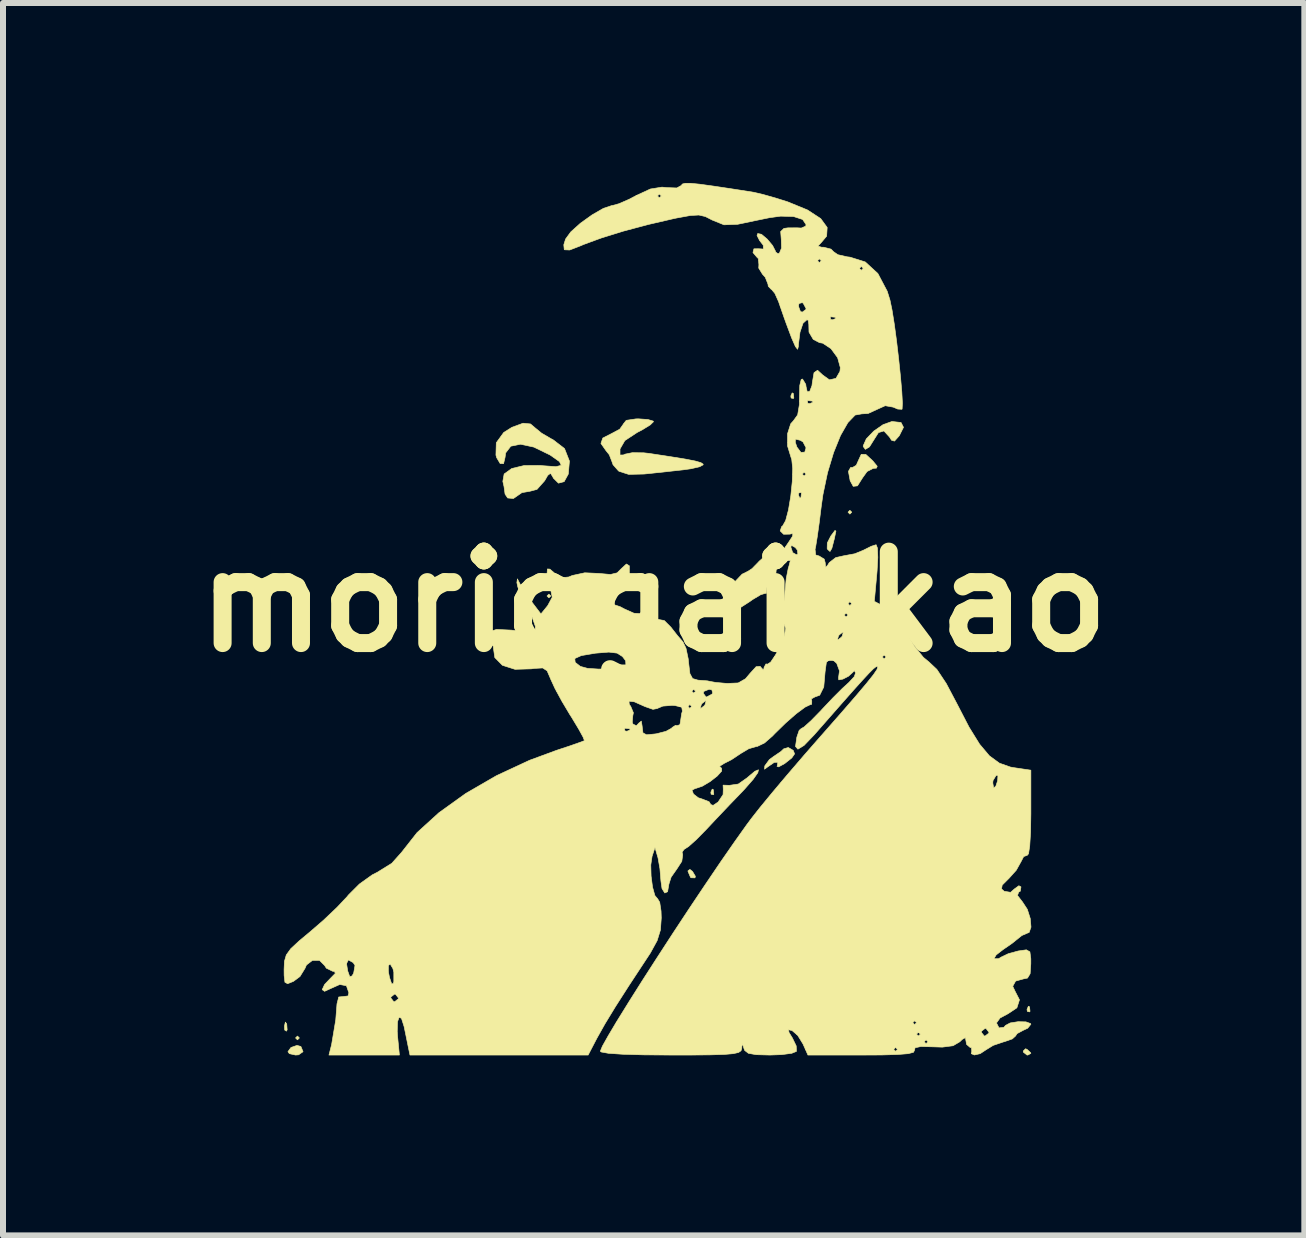
<source format=kicad_pcb>
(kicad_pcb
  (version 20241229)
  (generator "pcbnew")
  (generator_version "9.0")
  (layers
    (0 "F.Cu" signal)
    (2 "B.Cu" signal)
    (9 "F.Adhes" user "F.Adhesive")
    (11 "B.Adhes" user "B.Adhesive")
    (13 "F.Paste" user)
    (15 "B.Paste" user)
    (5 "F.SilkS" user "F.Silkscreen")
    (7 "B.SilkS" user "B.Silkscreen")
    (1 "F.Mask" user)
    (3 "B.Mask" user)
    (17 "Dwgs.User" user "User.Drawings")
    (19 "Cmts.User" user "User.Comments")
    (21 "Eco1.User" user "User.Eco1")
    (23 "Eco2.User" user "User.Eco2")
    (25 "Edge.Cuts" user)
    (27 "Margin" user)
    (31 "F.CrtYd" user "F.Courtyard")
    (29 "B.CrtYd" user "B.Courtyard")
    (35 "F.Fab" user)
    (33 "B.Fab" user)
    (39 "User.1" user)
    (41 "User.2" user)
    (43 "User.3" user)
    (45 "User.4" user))
  (footprint "moriogai_kao"
    (layer "F.Cu")
    (at 7.845 6.979)
    (property "Reference" "moriogai_kao" (at 0 0 0) (layer "F.SilkS") (effects (font (size 1.524 1.524) (thickness 0.3))))
    (attr through_hole)
    (fp_poly (pts (xy -5.905 7.271) (xy -5.937 7.303) (xy -5.969 7.271) (xy -5.937 7.239) (xy -5.905 7.271)) (stroke (width 0.01) (type solid)) (fill yes) (layer "F.SilkS"))
    (fp_poly (pts (xy -1.714 -0.095) (xy -1.746 -0.064) (xy -1.778 -0.095) (xy -1.746 -0.127) (xy -1.714 -0.095)) (stroke (width 0.01) (type solid)) (fill yes) (layer "F.SilkS"))
    (fp_poly (pts (xy 3.302 -1.492) (xy 3.27 -1.46) (xy 3.239 -1.492) (xy 3.27 -1.524) (xy 3.302 -1.492)) (stroke (width 0.01) (type solid)) (fill yes) (layer "F.SilkS"))
    (fp_poly (pts (xy -6.116 7.037) (xy -6.109 7.136) (xy -6.121 7.158) (xy -6.15 7.139) (xy -6.154 7.075) (xy -6.139 7.007) (xy -6.116 7.037)) (stroke (width 0.01) (type solid)) (fill yes) (layer "F.SilkS"))
    (fp_poly (pts (xy 0.995 3.133) (xy 1.002 3.208) (xy 0.995 3.217) (xy 0.957 3.209) (xy 0.953 3.175) (xy 0.976 3.123) (xy 0.995 3.133)) (stroke (width 0.01) (type solid)) (fill yes) (layer "F.SilkS"))
    (fp_poly (pts (xy 2.328 -3.471) (xy 2.336 -3.396) (xy 2.328 -3.387) (xy 2.291 -3.395) (xy 2.286 -3.429) (xy 2.309 -3.481) (xy 2.328 -3.471)) (stroke (width 0.01) (type solid)) (fill yes) (layer "F.SilkS"))
    (fp_poly (pts (xy 6.265 6.752) (xy 6.273 6.828) (xy 6.265 6.837) (xy 6.228 6.828) (xy 6.223 6.795) (xy 6.246 6.742) (xy 6.265 6.752)) (stroke (width 0.01) (type solid)) (fill yes) (layer "F.SilkS"))
    (fp_poly (pts (xy -5.88 7.413) (xy -5.844 7.5) (xy -5.918 7.552) (xy -5.969 7.556) (xy -6.072 7.533) (xy -6.096 7.5) (xy -6.045 7.43) (xy -5.945 7.395) (xy -5.88 7.413)) (stroke (width 0.01) (type solid)) (fill yes) (layer "F.SilkS"))
    (fp_poly (pts (xy 0.647 4.495) (xy 0.695 4.576) (xy 0.689 4.603) (xy 0.623 4.601) (xy 0.614 4.593) (xy 0.572 4.495) (xy 0.572 4.485) (xy 0.604 4.462) (xy 0.647 4.495)) (stroke (width 0.01) (type solid)) (fill yes) (layer "F.SilkS"))
    (fp_poly (pts (xy 6.223 7.461) (xy 6.284 7.518) (xy 6.287 7.528) (xy 6.237 7.556) (xy 6.223 7.556) (xy 6.162 7.508) (xy 6.16 7.489) (xy 6.198 7.451) (xy 6.223 7.461)) (stroke (width 0.01) (type solid)) (fill yes) (layer "F.SilkS"))
    (fp_poly (pts (xy 3.038 -1.177) (xy 3.012 -1.053) (xy 3.011 -1.048) (xy 2.97 -0.89) (xy 2.939 -0.837) (xy 2.903 -0.868) (xy 2.892 -0.885) (xy 2.894 -0.98) (xy 2.953 -1.095) (xy 3.022 -1.188) (xy 3.038 -1.177)) (stroke (width 0.01) (type solid)) (fill yes) (layer "F.SilkS"))
    (fp_poly (pts (xy 3.536 -2.455) (xy 3.651 -2.349) (xy 3.726 -2.258) (xy 3.713 -2.226) (xy 3.66 -2.223) (xy 3.557 -2.17) (xy 3.481 -2.064) (xy 3.397 -1.931) (xy 3.326 -1.923) (xy 3.275 -2.016) (xy 3.246 -2.172) (xy 3.283 -2.238) (xy 3.314 -2.237) (xy 3.377 -2.274) (xy 3.41 -2.348) (xy 3.46 -2.457) (xy 3.536 -2.455)) (stroke (width 0.01) (type solid)) (fill yes) (layer "F.SilkS"))
    (fp_poly (pts (xy 4.123 -2.987) (xy 4.164 -2.907) (xy 4.094 -2.767) (xy 4.09 -2.762) (xy 4.014 -2.677) (xy 3.965 -2.691) (xy 3.93 -2.746) (xy 3.838 -2.846) (xy 3.747 -2.819) (xy 3.671 -2.699) (xy 3.597 -2.581) (xy 3.528 -2.539) (xy 3.493 -2.587) (xy 3.493 -2.6) (xy 3.544 -2.714) (xy 3.668 -2.843) (xy 3.825 -2.952) (xy 3.969 -3.003) (xy 3.972 -3.004) (xy 4.123 -2.987)) (stroke (width 0.01) (type solid)) (fill yes) (layer "F.SilkS"))
    (fp_poly (pts (xy 2.326 2.478) (xy 2.349 2.536) (xy 2.302 2.604) (xy 2.186 2.696) (xy 2.183 2.698) (xy 2.083 2.753) (xy 2.056 2.744) (xy 2.06 2.737) (xy 2.07 2.675) (xy 2.009 2.679) (xy 1.912 2.745) (xy 1.91 2.746) (xy 1.848 2.792) (xy 1.852 2.738) (xy 1.853 2.735) (xy 1.928 2.632) (xy 2.004 2.576) (xy 2.121 2.497) (xy 2.168 2.452) (xy 2.244 2.43) (xy 2.326 2.478)) (stroke (width 0.01) (type solid)) (fill yes) (layer "F.SilkS"))
    (fp_poly (pts (xy 1.976 -0.778) (xy 2.038 -0.648) (xy 2.049 -0.597) (xy 2.032 -0.417) (xy 1.964 -0.331) (xy 1.887 -0.235) (xy 1.881 -0.178) (xy 1.877 -0.138) (xy 1.862 -0.14) (xy 1.783 -0.116) (xy 1.649 -0.036) (xy 1.603 -0.003) (xy 1.439 0.102) (xy 1.295 0.165) (xy 1.272 0.17) (xy 1.189 0.167) (xy 1.169 0.1) (xy 1.187 -0.017) (xy 1.247 -0.172) (xy 1.354 -0.333) (xy 1.474 -0.459) (xy 1.573 -0.508) (xy 1.639 -0.551) (xy 1.744 -0.658) (xy 1.757 -0.673) (xy 1.885 -0.786) (xy 1.976 -0.778)) (stroke (width 0.01) (type solid)) (fill yes) (layer "F.SilkS"))
    (fp_poly (pts (xy -0.096 -3.037) (xy -0.009 -3.011) (xy -0.003 -3) (xy -0.057 -2.947) (xy -0.19 -2.865) (xy -0.273 -2.822) (xy -0.48 -2.686) (xy -0.561 -2.546) (xy -0.561 -2.445) (xy -0.504 -2.446) (xy -0.479 -2.459) (xy -0.356 -2.484) (xy -0.167 -2.482) (xy -0.077 -2.472) (xy 0.283 -2.417) (xy 0.536 -2.376) (xy 0.697 -2.344) (xy 0.787 -2.318) (xy 0.823 -2.294) (xy 0.826 -2.283) (xy 0.768 -2.25) (xy 0.621 -2.216) (xy 0.492 -2.198) (xy 0.219 -2.168) (xy -0.069 -2.137) (xy -0.159 -2.128) (xy -0.416 -2.122) (xy -0.576 -2.173) (xy -0.587 -2.181) (xy -0.677 -2.283) (xy -0.699 -2.345) (xy -0.74 -2.45) (xy -0.794 -2.517) (xy -0.879 -2.638) (xy -0.848 -2.728) (xy -0.699 -2.804) (xy -0.566 -2.875) (xy -0.508 -2.956) (xy -0.508 -2.959) (xy -0.457 -3.023) (xy -0.296 -3.047) (xy -0.254 -3.048) (xy -0.096 -3.037)) (stroke (width 0.01) (type solid)) (fill yes) (layer "F.SilkS"))
    (fp_poly (pts (xy -2.053 -2.963) (xy -1.973 -2.895) (xy -1.868 -2.809) (xy -1.707 -2.715) (xy -1.68 -2.702) (xy -1.486 -2.553) (xy -1.404 -2.344) (xy -1.423 -2.127) (xy -1.492 -2.001) (xy -1.587 -1.976) (xy -1.672 -2.06) (xy -1.681 -2.08) (xy -1.719 -2.141) (xy -1.766 -2.105) (xy -1.817 -2.016) (xy -1.945 -1.872) (xy -2.062 -1.841) (xy -2.196 -1.818) (xy -2.254 -1.778) (xy -2.338 -1.72) (xy -2.434 -1.729) (xy -2.477 -1.794) (xy -2.494 -1.918) (xy -2.514 -2.006) (xy -2.492 -2.129) (xy -2.366 -2.22) (xy -2.158 -2.27) (xy -1.889 -2.271) (xy -1.839 -2.266) (xy -1.629 -2.251) (xy -1.54 -2.273) (xy -1.57 -2.335) (xy -1.717 -2.439) (xy -1.73 -2.447) (xy -1.997 -2.577) (xy -2.219 -2.625) (xy -2.381 -2.592) (xy -2.467 -2.48) (xy -2.477 -2.405) (xy -2.502 -2.301) (xy -2.558 -2.302) (xy -2.617 -2.401) (xy -2.629 -2.444) (xy -2.623 -2.65) (xy -2.499 -2.821) (xy -2.362 -2.907) (xy -2.177 -2.975) (xy -2.053 -2.963)) (stroke (width 0.01) (type solid)) (fill yes) (layer "F.SilkS"))
    (fp_poly (pts (xy 0.616 -6.974) (xy 0.768 -6.959) (xy 0.999 -6.927) (xy 1.324 -6.878) (xy 1.664 -6.825) (xy 1.815 -6.79) (xy 2.034 -6.728) (xy 2.236 -6.664) (xy 2.563 -6.53) (xy 2.784 -6.386) (xy 2.892 -6.238) (xy 2.883 -6.093) (xy 2.794 -5.987) (xy 2.739 -5.928) (xy 2.795 -5.909) (xy 2.836 -5.908) (xy 2.956 -5.877) (xy 2.998 -5.834) (xy 3.07 -5.784) (xy 3.222 -5.749) (xy 3.273 -5.743) (xy 3.527 -5.663) (xy 3.737 -5.47) (xy 3.893 -5.174) (xy 3.939 -5.026) (xy 3.973 -4.862) (xy 4.011 -4.625) (xy 4.049 -4.342) (xy 4.084 -4.042) (xy 4.114 -3.751) (xy 4.136 -3.497) (xy 4.146 -3.309) (xy 4.141 -3.213) (xy 4.138 -3.207) (xy 4.068 -3.211) (xy 3.993 -3.243) (xy 3.859 -3.267) (xy 3.716 -3.202) (xy 3.574 -3.137) (xy 3.469 -3.131) (xy 3.358 -3.111) (xy 3.237 -2.985) (xy 3.114 -2.77) (xy 2.999 -2.486) (xy 2.898 -2.151) (xy 2.821 -1.784) (xy 2.793 -1.587) (xy 2.759 -1.313) (xy 2.726 -1.078) (xy 2.7 -0.916) (xy 2.69 -0.873) (xy 2.701 -0.779) (xy 2.758 -0.762) (xy 2.843 -0.71) (xy 2.859 -0.651) (xy 2.867 -0.574) (xy 2.9 -0.608) (xy 2.926 -0.651) (xy 3.034 -0.735) (xy 3.162 -0.764) (xy 3.351 -0.799) (xy 3.493 -0.857) (xy 3.627 -0.924) (xy 3.708 -0.95) (xy 3.73 -0.893) (xy 3.736 -0.739) (xy 3.724 -0.515) (xy 3.721 -0.479) (xy 3.678 -0.006) (xy 3.862 0.089) (xy 4.018 0.222) (xy 4.176 0.448) (xy 4.226 0.54) (xy 4.355 0.754) (xy 4.496 0.928) (xy 4.586 1.002) (xy 4.72 1.128) (xy 4.877 1.364) (xy 5.056 1.703) (xy 5.257 2.091) (xy 5.432 2.374) (xy 5.596 2.569) (xy 5.763 2.691) (xy 5.947 2.756) (xy 6.004 2.766) (xy 6.287 2.808) (xy 6.287 3.535) (xy 6.282 3.843) (xy 6.268 4.07) (xy 6.248 4.201) (xy 6.228 4.226) (xy 6.167 4.248) (xy 6.123 4.333) (xy 6.044 4.475) (xy 5.915 4.619) (xy 5.912 4.621) (xy 5.809 4.724) (xy 5.798 4.787) (xy 5.842 4.826) (xy 5.949 4.844) (xy 6.011 4.789) (xy 6.087 4.734) (xy 6.122 4.753) (xy 6.111 4.825) (xy 6.084 4.84) (xy 6.064 4.896) (xy 6.148 5.005) (xy 6.228 5.127) (xy 6.277 5.281) (xy 6.289 5.424) (xy 6.258 5.513) (xy 6.228 5.524) (xy 6.136 5.564) (xy 6.085 5.605) (xy 5.973 5.695) (xy 5.821 5.8) (xy 5.821 5.8) (xy 5.709 5.887) (xy 5.673 5.947) (xy 5.676 5.951) (xy 5.749 5.95) (xy 5.793 5.923) (xy 5.91 5.867) (xy 6.078 5.821) (xy 6.08 5.821) (xy 6.212 5.802) (xy 6.271 5.836) (xy 6.286 5.951) (xy 6.286 6.034) (xy 6.275 6.2) (xy 6.231 6.273) (xy 6.163 6.287) (xy 6.033 6.323) (xy 5.985 6.41) (xy 6.025 6.495) (xy 6.097 6.635) (xy 6.054 6.769) (xy 5.907 6.867) (xy 5.905 6.868) (xy 5.773 6.939) (xy 5.715 7.02) (xy 5.715 7.023) (xy 5.756 7.103) (xy 5.837 7.094) (xy 5.865 7.062) (xy 5.942 7.021) (xy 6.074 7) (xy 6.205 7.003) (xy 6.282 7.031) (xy 6.287 7.043) (xy 6.234 7.109) (xy 6.159 7.144) (xy 6.057 7.199) (xy 6.032 7.238) (xy 5.978 7.287) (xy 5.844 7.334) (xy 5.83 7.337) (xy 5.659 7.395) (xy 5.539 7.469) (xy 5.442 7.533) (xy 5.346 7.555) (xy 5.293 7.533) (xy 5.302 7.493) (xy 5.297 7.434) (xy 5.274 7.429) (xy 5.215 7.378) (xy 5.207 7.33) (xy 5.196 7.266) (xy 5.143 7.295) (xy 5.102 7.335) (xy 4.99 7.401) (xy 4.812 7.424) (xy 4.657 7.419) (xy 4.453 7.414) (xy 4.357 7.435) (xy 4.347 7.477) (xy 4.331 7.51) (xy 4.243 7.533) (xy 4.069 7.547) (xy 3.795 7.555) (xy 3.474 7.556) (xy 2.571 7.556) (xy 2.529 7.461) (xy 4 7.461) (xy 4.032 7.493) (xy 4.064 7.461) (xy 4.032 7.429) (xy 4 7.461) (xy 2.529 7.461) (xy 2.489 7.372) (xy 2.466 7.334) (xy 4.508 7.334) (xy 4.54 7.366) (xy 4.572 7.334) (xy 4.54 7.303) (xy 4.508 7.334) (xy 2.466 7.334) (xy 2.401 7.229) (xy 2.376 7.207) (xy 4.381 7.207) (xy 4.413 7.239) (xy 4.445 7.207) (xy 4.413 7.176) (xy 5.461 7.176) (xy 5.509 7.237) (xy 5.524 7.239) (xy 5.586 7.191) (xy 5.588 7.176) (xy 5.54 7.114) (xy 5.524 7.112) (xy 5.463 7.16) (xy 5.461 7.176) (xy 4.413 7.176) (xy 4.381 7.207) (xy 2.376 7.207) (xy 2.307 7.148) (xy 2.246 7.134) (xy 2.257 7.182) (xy 2.312 7.271) (xy 2.376 7.404) (xy 2.38 7.495) (xy 2.301 7.527) (xy 2.134 7.549) (xy 1.938 7.556) (xy 1.709 7.55) (xy 1.579 7.527) (xy 1.517 7.479) (xy 1.504 7.445) (xy 1.48 7.367) (xy 1.47 7.412) (xy 1.468 7.445) (xy 1.456 7.485) (xy 1.415 7.513) (xy 1.327 7.533) (xy 1.176 7.546) (xy 0.946 7.553) (xy 0.618 7.556) (xy 0.286 7.556) (xy -0.166 7.553) (xy -0.514 7.543) (xy -0.753 7.527) (xy -0.874 7.505) (xy -0.889 7.492) (xy -0.855 7.409) (xy -0.758 7.236) (xy -0.628 7.017) (xy 4.318 7.017) (xy 4.35 7.048) (xy 4.381 7.017) (xy 4.35 6.985) (xy 4.318 7.017) (xy -0.628 7.017) (xy -0.609 6.986) (xy -0.417 6.676) (xy -0.191 6.318) (xy 0.06 5.928) (xy 0.325 5.52) (xy 0.596 5.109) (xy 0.864 4.709) (xy 1.118 4.334) (xy 1.35 4) (xy 1.549 3.72) (xy 1.631 3.61) (xy 1.771 3.432) (xy 1.976 3.183) (xy 2.113 3.02) (xy 5.652 3.02) (xy 5.667 3.105) (xy 5.703 3.074) (xy 5.733 2.984) (xy 5.738 2.898) (xy 5.709 2.893) (xy 5.656 2.981) (xy 5.652 3.02) (xy 2.113 3.02) (xy 2.227 2.885) (xy 2.505 2.561) (xy 2.79 2.235) (xy 2.794 2.231) (xy 3.12 1.86) (xy 3.369 1.573) (xy 3.547 1.362) (xy 3.663 1.217) (xy 3.723 1.128) (xy 3.735 1.086) (xy 3.722 1.079) (xy 3.7 1.088) (xy 3.66 1.12) (xy 3.592 1.188) (xy 3.486 1.302) (xy 3.332 1.473) (xy 3.121 1.712) (xy 2.841 2.031) (xy 2.673 2.222) (xy 2.507 2.395) (xy 2.404 2.458) (xy 2.364 2.413) (xy 2.386 2.259) (xy 2.425 2.145) (xy 2.456 2.117) (xy 2.508 2.087) (xy 2.623 1.983) (xy 2.777 1.826) (xy 2.813 1.787) (xy 2.988 1.602) (xy 3.143 1.447) (xy 3.247 1.352) (xy 3.254 1.346) (xy 3.344 1.248) (xy 3.365 1.187) (xy 3.345 1.148) (xy 3.317 1.179) (xy 3.246 1.243) (xy 3.154 1.29) (xy 3.085 1.303) (xy 3.081 1.269) (xy 3.097 1.152) (xy 3.051 1.027) (xy 2.968 0.955) (xy 2.948 0.953) (xy 2.879 1.009) (xy 2.857 1.17) (xy 2.835 1.422) (xy 2.767 1.559) (xy 2.688 1.587) (xy 2.628 1.62) (xy 2.635 1.651) (xy 2.634 1.71) (xy 2.614 1.714) (xy 2.524 1.757) (xy 2.376 1.867) (xy 2.199 2.022) (xy 2.02 2.197) (xy 1.981 2.238) (xy 1.848 2.354) (xy 1.728 2.412) (xy 1.713 2.413) (xy 1.586 2.45) (xy 1.453 2.529) (xy 1.297 2.633) (xy 1.175 2.695) (xy 1.098 2.743) (xy 1.132 2.776) (xy 1.134 2.823) (xy 1.06 2.905) (xy 0.941 2.998) (xy 0.811 3.075) (xy 0.705 3.111) (xy 0.697 3.111) (xy 0.639 3.141) (xy 0.663 3.205) (xy 0.744 3.268) (xy 0.815 3.291) (xy 0.924 3.334) (xy 0.952 3.38) (xy 0.991 3.395) (xy 1.075 3.338) (xy 1.157 3.215) (xy 1.16 3.127) (xy 1.157 3.057) (xy 1.247 3.06) (xy 1.252 3.062) (xy 1.411 3.039) (xy 1.553 2.939) (xy 1.687 2.826) (xy 1.747 2.801) (xy 1.736 2.85) (xy 1.659 2.96) (xy 1.519 3.12) (xy 1.481 3.161) (xy 1.262 3.388) (xy 1.022 3.641) (xy 0.871 3.802) (xy 0.712 3.964) (xy 0.582 4.08) (xy 0.509 4.127) (xy 0.507 4.128) (xy 0.474 4.174) (xy 0.484 4.219) (xy 0.469 4.327) (xy 0.387 4.454) (xy 0.291 4.591) (xy 0.254 4.707) (xy 0.232 4.834) (xy 0.185 4.855) (xy 0.139 4.781) (xy 0.121 4.655) (xy 0.104 4.448) (xy 0.072 4.267) (xy 0.068 4.255) (xy 0.022 4.096) (xy -0.027 4.245) (xy -0.048 4.388) (xy -0.043 4.572) (xy -0.019 4.756) (xy 0.02 4.897) (xy 0.067 4.953) (xy 0.101 5.01) (xy 0.123 5.156) (xy 0.127 5.269) (xy 0.113 5.471) (xy 0.058 5.649) (xy -0.055 5.855) (xy -0.118 5.951) (xy -0.41 6.395) (xy -0.638 6.751) (xy -0.811 7.035) (xy -0.938 7.261) (xy -0.952 7.287) (xy -1.092 7.556) (xy -4.062 7.556) (xy -4.095 7.398) (xy -4.135 7.201) (xy -4.16 7.08) (xy -4.203 6.946) (xy -4.242 6.924) (xy -4.269 7) (xy -4.274 7.162) (xy -4.269 7.239) (xy -4.238 7.556) (xy -5.412 7.556) (xy -5.368 7.382) (xy -5.299 6.97) (xy -5.278 6.701) (xy -5.253 6.604) (xy -4.381 6.604) (xy -4.333 6.666) (xy -4.318 6.668) (xy -4.256 6.619) (xy -4.255 6.604) (xy -4.303 6.542) (xy -4.318 6.54) (xy -4.38 6.589) (xy -4.381 6.604) (xy -5.253 6.604) (xy -5.249 6.588) (xy -5.175 6.581) (xy -5.094 6.571) (xy -5.08 6.519) (xy -5.121 6.401) (xy -5.232 6.38) (xy -5.369 6.441) (xy -5.485 6.494) (xy -5.525 6.466) (xy -5.485 6.38) (xy -5.388 6.278) (xy -5.305 6.193) (xy -5.323 6.161) (xy -5.349 6.16) (xy -5.456 6.108) (xy -5.484 6.064) (xy -5.516 6.032) (xy -5.119 6.032) (xy -5.1 6.154) (xy -5.065 6.252) (xy -5.027 6.236) (xy -5.001 6.192) (xy -4.996 6.166) (xy -4.422 6.166) (xy -4.403 6.263) (xy -4.366 6.372) (xy -4.34 6.362) (xy -4.331 6.33) (xy -4.331 6.176) (xy -4.346 6.115) (xy -4.392 6.038) (xy -4.421 6.064) (xy -4.422 6.166) (xy -4.996 6.166) (xy -4.978 6.062) (xy -5.009 6.015) (xy -5.089 5.97) (xy -5.119 6.032) (xy -5.516 6.032) (xy -5.569 5.979) (xy -5.687 5.978) (xy -5.787 6.055) (xy -5.812 6.112) (xy -5.895 6.247) (xy -6.004 6.328) (xy -6.101 6.367) (xy -6.146 6.343) (xy -6.159 6.231) (xy -6.16 6.129) (xy -6.154 5.993) (xy -6.123 5.887) (xy -6.048 5.783) (xy -5.909 5.654) (xy -5.729 5.504) (xy -5.499 5.305) (xy -5.279 5.096) (xy -5.111 4.918) (xy -5.087 4.888) (xy -4.905 4.706) (xy -4.691 4.553) (xy -4.605 4.509) (xy -4.365 4.36) (xy -4.203 4.179) (xy -3.944 3.849) (xy -3.579 3.517) (xy -3.132 3.196) (xy -2.621 2.9) (xy -2.069 2.643) (xy -1.619 2.477) (xy -1.401 2.405) (xy -1.236 2.347) (xy -1.157 2.317) (xy -1.154 2.315) (xy -1.176 2.257) (xy -1.251 2.12) (xy -1.253 2.117) (xy -0.487 2.117) (xy -0.478 2.154) (xy -0.445 2.159) (xy -0.392 2.136) (xy -0.402 2.117) (xy -0.478 2.109) (xy -0.487 2.117) (xy -1.253 2.117) (xy -1.365 1.931) (xy -1.393 1.888) (xy -1.53 1.658) (xy -1.53 1.658) (xy -0.412 1.658) (xy -0.406 1.713) (xy -0.383 1.743) (xy -0.338 1.851) (xy -0.348 1.902) (xy -0.357 2.011) (xy -0.345 2.039) (xy -0.288 2.068) (xy -0.247 2.023) (xy -0.206 1.99) (xy -0.192 2.075) (xy -0.191 2.088) (xy -0.179 2.185) (xy -0.119 2.218) (xy 0.025 2.204) (xy 0.047 2.201) (xy 0.206 2.16) (xy 0.3 2.108) (xy 0.307 2.097) (xy 0.367 2.059) (xy 0.386 2.067) (xy 0.437 2.05) (xy 0.445 2.009) (xy 0.467 1.862) (xy 0.479 1.825) (xy 0.468 1.759) (xy 0.418 1.746) (xy 0.572 1.746) (xy 0.603 1.778) (xy 0.607 1.774) (xy 0.778 1.774) (xy 0.786 1.778) (xy 0.844 1.733) (xy 0.857 1.714) (xy 0.873 1.655) (xy 0.865 1.651) (xy 0.807 1.696) (xy 0.794 1.714) (xy 0.778 1.774) (xy 0.607 1.774) (xy 0.635 1.746) (xy 0.603 1.714) (xy 0.572 1.746) (xy 0.418 1.746) (xy 0.356 1.731) (xy 0.306 1.728) (xy 0.153 1.74) (xy 0.065 1.777) (xy 0.062 1.78) (xy -0.012 1.794) (xy -0.144 1.748) (xy -0.153 1.744) (xy -0.324 1.668) (xy -0.412 1.658) (xy -1.53 1.658) (xy -1.62 1.492) (xy 0.635 1.492) (xy 0.667 1.524) (xy 0.826 1.524) (xy 0.871 1.586) (xy 0.885 1.587) (xy 0.971 1.541) (xy 0.984 1.524) (xy 0.97 1.47) (xy 0.924 1.46) (xy 0.838 1.494) (xy 0.826 1.524) (xy 0.667 1.524) (xy 0.699 1.492) (xy 0.667 1.46) (xy 0.635 1.492) (xy -1.62 1.492) (xy -1.647 1.442) (xy -1.719 1.285) (xy -1.721 1.279) (xy -1.776 1.152) (xy -1.85 1.104) (xy -1.99 1.112) (xy -2.037 1.119) (xy -2.311 1.127) (xy -2.521 1.06) (xy -2.632 0.947) (xy -1.315 0.947) (xy -1.308 1.011) (xy -1.222 1.078) (xy -1.102 1.111) (xy -0.915 1.123) (xy -0.712 1.115) (xy -0.543 1.09) (xy -0.463 1.055) (xy -0.467 0.984) (xy -0.52 0.914) (xy -0.609 0.857) (xy -0.747 0.84) (xy -0.971 0.858) (xy -0.976 0.859) (xy -1.206 0.898) (xy -1.315 0.947) (xy -2.632 0.947) (xy -2.648 0.931) (xy -2.674 0.75) (xy -2.673 0.741) (xy -2.703 0.716) (xy -2.722 0.725) (xy -2.789 0.723) (xy -2.816 0.649) (xy -2.796 0.552) (xy -2.76 0.506) (xy -2.618 0.462) (xy -2.367 0.474) (xy -2.354 0.476) (xy -2.16 0.494) (xy -2.017 0.492) (xy -1.977 0.482) (xy -1.972 0.41) (xy -2.024 0.263) (xy -2.1 0.111) (xy -2.198 -0.084) (xy -2.264 -0.244) (xy -2.28 -0.318) (xy -2.271 -0.381) (xy -2.242 -0.324) (xy -2.239 -0.318) (xy -2.179 -0.208) (xy -2.074 -0.054) (xy -2.041 -0.009) (xy -1.879 0.204) (xy -1.766 0.065) (xy -1.691 -0.074) (xy -1.715 -0.192) (xy -1.768 -0.355) (xy -1.778 -0.45) (xy -1.771 -0.546) (xy -1.73 -0.543) (xy -1.651 -0.476) (xy -1.536 -0.4) (xy -1.416 -0.412) (xy -1.356 -0.437) (xy -1.148 -0.482) (xy -0.909 -0.471) (xy -0.72 -0.454) (xy -0.609 -0.481) (xy -0.542 -0.548) (xy -0.454 -0.629) (xy -0.405 -0.598) (xy -0.406 -0.47) (xy -0.418 -0.414) (xy -0.521 -0.246) (xy -0.637 -0.18) (xy -0.776 -0.095) (xy -0.846 0.008) (xy -0.856 0.092) (xy -0.805 0.073) (xy -0.795 0.065) (xy -0.702 0.036) (xy -0.559 0.083) (xy -0.485 0.122) (xy -0.328 0.192) (xy -0.232 0.198) (xy -0.221 0.188) (xy -0.139 0.129) (xy -0.074 0.172) (xy -0.064 0.227) (xy -0.023 0.297) (xy 0.049 0.29) (xy 0.177 0.314) (xy 0.287 0.424) (xy 0.398 0.566) (xy 0.488 0.669) (xy 0.539 0.776) (xy 0.576 0.953) (xy 0.583 1.023) (xy 0.604 1.198) (xy 0.649 1.281) (xy 0.738 1.307) (xy 0.762 1.309) (xy 0.895 1.319) (xy 0.953 1.331) (xy 1.031 1.345) (xy 1.185 1.359) (xy 1.228 1.362) (xy 1.409 1.354) (xy 1.531 1.284) (xy 1.605 1.196) (xy 1.708 1.083) (xy 1.774 1.077) (xy 1.789 1.095) (xy 1.832 1.141) (xy 1.841 1.092) (xy 1.872 1.036) (xy 1.895 1.042) (xy 1.949 1.008) (xy 2.008 0.921) (xy 3.81 0.921) (xy 3.842 0.953) (xy 3.873 0.921) (xy 3.842 0.889) (xy 3.81 0.921) (xy 2.008 0.921) (xy 2.031 0.887) (xy 2.095 0.762) (xy 2.151 0.631) (xy 3.064 0.631) (xy 3.072 0.635) (xy 3.13 0.59) (xy 3.143 0.572) (xy 3.159 0.512) (xy 3.151 0.508) (xy 3.093 0.553) (xy 3.08 0.572) (xy 3.064 0.631) (xy 2.151 0.631) (xy 2.178 0.567) (xy 2.201 0.445) (xy 2.17 0.363) (xy 2.163 0.354) (xy 2.118 0.242) (xy 2.122 0.222) (xy 3.175 0.222) (xy 3.207 0.254) (xy 3.239 0.222) (xy 3.207 0.191) (xy 3.175 0.222) (xy 2.122 0.222) (xy 2.13 0.186) (xy 2.161 0.081) (xy 2.167 0.032) (xy 3.239 0.032) (xy 3.27 0.064) (xy 3.302 0.032) (xy 3.27 0) (xy 3.239 0.032) (xy 2.167 0.032) (xy 2.184 -0.097) (xy 2.19 -0.182) (xy 2.21 -0.389) (xy 2.243 -0.557) (xy 2.256 -0.598) (xy 2.278 -0.686) (xy 2.218 -0.686) (xy 2.202 -0.68) (xy 2.113 -0.674) (xy 2.11 -0.753) (xy 2.192 -0.908) (xy 2.195 -0.912) (xy 2.286 -0.912) (xy 2.317 -0.819) (xy 2.38 -0.783) (xy 2.403 -0.795) (xy 2.395 -0.86) (xy 2.361 -0.903) (xy 2.297 -0.939) (xy 2.286 -0.912) (xy 2.195 -0.912) (xy 2.235 -0.97) (xy 2.316 -1.093) (xy 2.319 -1.137) (xy 2.269 -1.126) (xy 2.166 -1.124) (xy 2.109 -1.18) (xy 2.133 -1.252) (xy 2.15 -1.264) (xy 2.2 -1.353) (xy 2.247 -1.531) (xy 2.285 -1.759) (xy 2.287 -1.778) (xy 2.413 -1.778) (xy 2.436 -1.726) (xy 2.455 -1.736) (xy 2.463 -1.811) (xy 2.455 -1.82) (xy 2.418 -1.812) (xy 2.413 -1.778) (xy 2.287 -1.778) (xy 2.31 -2.001) (xy 2.314 -2.127) (xy 2.477 -2.127) (xy 2.508 -2.095) (xy 2.54 -2.127) (xy 2.508 -2.159) (xy 2.477 -2.127) (xy 2.314 -2.127) (xy 2.317 -2.219) (xy 2.301 -2.374) (xy 2.289 -2.407) (xy 2.231 -2.596) (xy 2.231 -2.658) (xy 2.36 -2.658) (xy 2.388 -2.577) (xy 2.454 -2.489) (xy 2.518 -2.493) (xy 2.54 -2.565) (xy 2.489 -2.663) (xy 2.445 -2.69) (xy 2.365 -2.71) (xy 2.36 -2.658) (xy 2.231 -2.658) (xy 2.231 -2.799) (xy 2.284 -2.965) (xy 2.33 -3.017) (xy 2.4 -3.114) (xy 2.429 -3.286) (xy 2.429 -3.344) (xy 2.561 -3.344) (xy 2.57 -3.307) (xy 2.603 -3.302) (xy 2.656 -3.325) (xy 2.646 -3.344) (xy 2.57 -3.352) (xy 2.561 -3.344) (xy 2.429 -3.344) (xy 2.43 -3.422) (xy 2.435 -3.605) (xy 2.459 -3.704) (xy 2.481 -3.712) (xy 2.535 -3.623) (xy 2.54 -3.584) (xy 2.56 -3.497) (xy 2.602 -3.508) (xy 2.638 -3.6) (xy 2.645 -3.655) (xy 2.673 -3.818) (xy 2.732 -3.858) (xy 2.817 -3.779) (xy 2.93 -3.698) (xy 3.039 -3.723) (xy 3.105 -3.839) (xy 3.111 -3.903) (xy 3.066 -4.067) (xy 2.955 -4.218) (xy 2.818 -4.309) (xy 2.764 -4.318) (xy 2.66 -4.372) (xy 2.589 -4.493) (xy 2.586 -4.62) (xy 2.576 -4.691) (xy 2.553 -4.699) (xy 2.489 -4.641) (xy 2.439 -4.493) (xy 2.413 -4.288) (xy 2.412 -4.255) (xy 2.399 -4.207) (xy 2.363 -4.252) (xy 2.3 -4.395) (xy 2.206 -4.646) (xy 2.172 -4.741) (xy 2.942 -4.741) (xy 2.951 -4.704) (xy 2.985 -4.699) (xy 3.037 -4.722) (xy 3.027 -4.741) (xy 2.951 -4.749) (xy 2.942 -4.741) (xy 2.172 -4.741) (xy 2.108 -4.925) (xy 2.413 -4.925) (xy 2.446 -4.838) (xy 2.477 -4.826) (xy 2.538 -4.872) (xy 2.54 -4.886) (xy 2.494 -4.972) (xy 2.477 -4.985) (xy 2.422 -4.97) (xy 2.413 -4.925) (xy 2.108 -4.925) (xy 2.082 -5.001) (xy 2.02 -5.139) (xy 1.964 -5.206) (xy 1.958 -5.207) (xy 1.91 -5.258) (xy 1.905 -5.294) (xy 1.86 -5.407) (xy 1.814 -5.458) (xy 1.754 -5.556) (xy 3.429 -5.556) (xy 3.461 -5.524) (xy 3.493 -5.556) (xy 3.461 -5.588) (xy 3.429 -5.556) (xy 1.754 -5.556) (xy 1.751 -5.561) (xy 1.754 -5.618) (xy 1.748 -5.683) (xy 2.731 -5.683) (xy 2.762 -5.652) (xy 2.794 -5.683) (xy 2.762 -5.715) (xy 2.731 -5.683) (xy 1.748 -5.683) (xy 1.744 -5.719) (xy 1.719 -5.744) (xy 1.655 -5.82) (xy 1.671 -5.882) (xy 1.746 -5.883) (xy 1.829 -5.878) (xy 1.826 -5.943) (xy 1.766 -6.019) (xy 1.723 -6.104) (xy 1.734 -6.137) (xy 1.797 -6.124) (xy 1.892 -6.044) (xy 1.982 -5.937) (xy 2.031 -5.841) (xy 2.032 -5.829) (xy 2.072 -5.8) (xy 2.096 -5.81) (xy 2.131 -5.894) (xy 2.127 -6.036) (xy 2.117 -6.17) (xy 2.171 -6.222) (xy 2.237 -6.231) (xy 2.388 -6.232) (xy 2.461 -6.228) (xy 2.534 -6.26) (xy 2.54 -6.285) (xy 2.483 -6.371) (xy 2.332 -6.42) (xy 2.116 -6.426) (xy 1.933 -6.401) (xy 1.694 -6.352) (xy 1.466 -6.304) (xy 1.397 -6.29) (xy 1.172 -6.282) (xy 0.977 -6.361) (xy 0.861 -6.42) (xy 0.753 -6.445) (xy 0.61 -6.437) (xy 0.391 -6.397) (xy 0.342 -6.387) (xy -0.082 -6.289) (xy -0.5 -6.178) (xy -0.874 -6.062) (xy -1.168 -5.954) (xy -1.216 -5.933) (xy -1.4 -5.862) (xy -1.49 -5.866) (xy -1.498 -5.949) (xy -1.468 -6.045) (xy -1.381 -6.164) (xy -1.221 -6.308) (xy -1.027 -6.447) (xy -0.838 -6.556) (xy -0.695 -6.604) (xy -0.685 -6.604) (xy -0.577 -6.634) (xy -0.406 -6.709) (xy -0.304 -6.763) (xy 0.064 -6.763) (xy 0.095 -6.731) (xy 0.127 -6.763) (xy 0.095 -6.795) (xy 0.064 -6.763) (xy -0.304 -6.763) (xy -0.29 -6.77) (xy -0.055 -6.879) (xy 0.139 -6.91) (xy 0.222 -6.902) (xy 0.385 -6.896) (xy 0.46 -6.937) (xy 0.46 -6.938) (xy 0.479 -6.962) (xy 0.525 -6.974) (xy 0.616 -6.974)) (stroke (width 0.01) (type solid)) (fill yes) (layer "F.SilkS")))
  (gr_rect
    (start -3 -3)
    (end 18.69 17.541)
    (stroke (width 0.1) (type default))
    (fill no)
    (layer "Edge.Cuts")))
</source>
